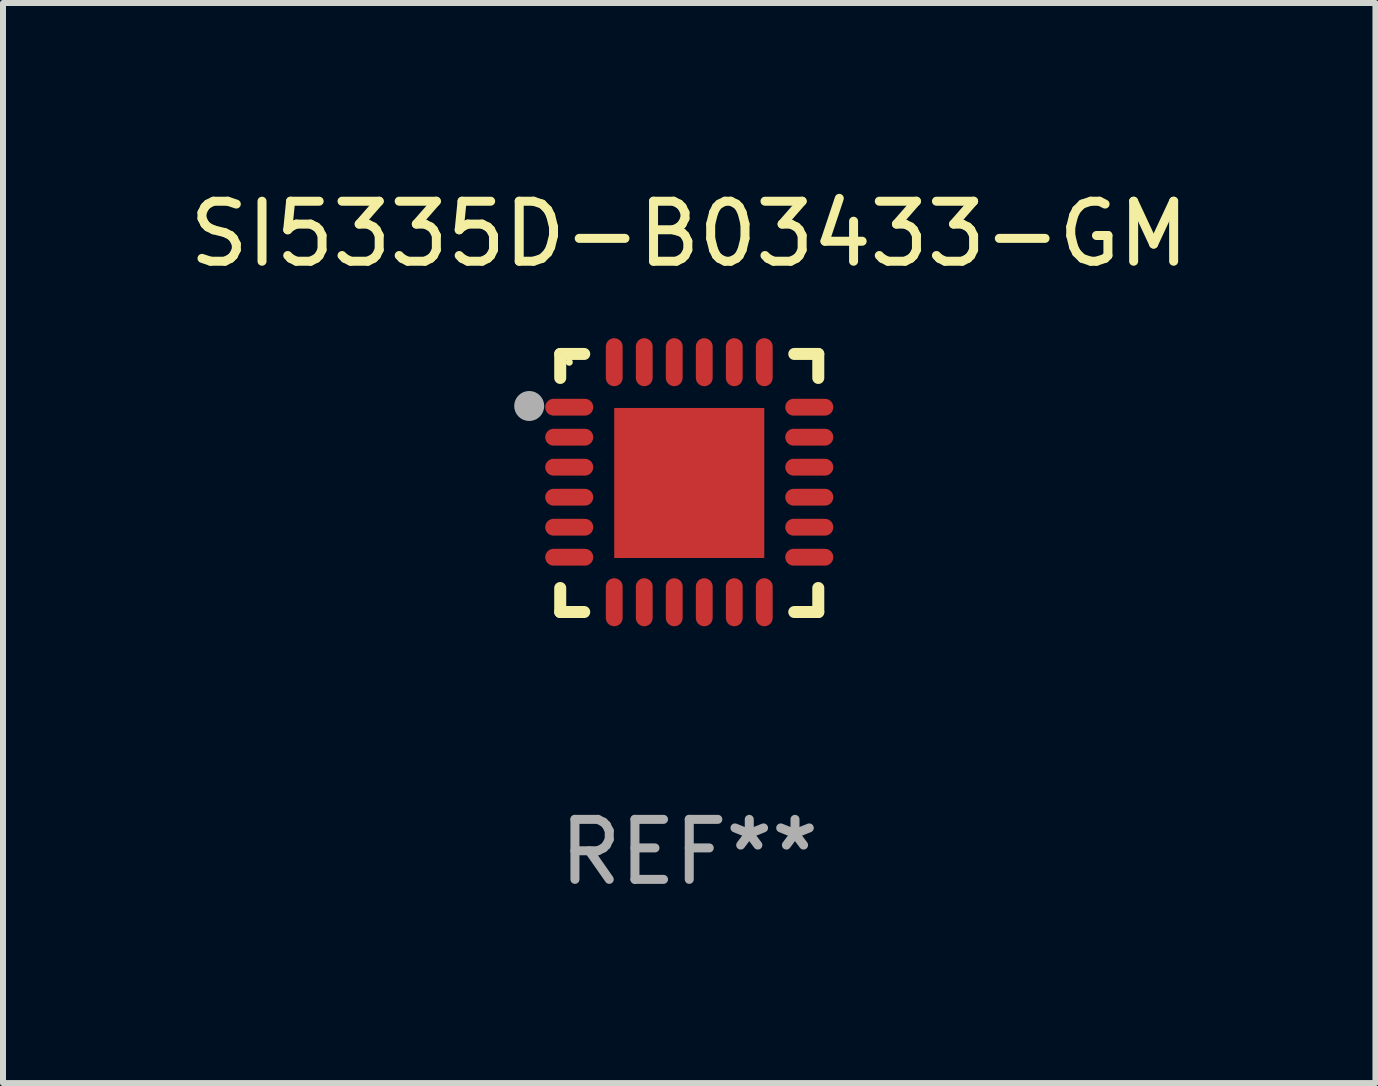
<source format=kicad_pcb>
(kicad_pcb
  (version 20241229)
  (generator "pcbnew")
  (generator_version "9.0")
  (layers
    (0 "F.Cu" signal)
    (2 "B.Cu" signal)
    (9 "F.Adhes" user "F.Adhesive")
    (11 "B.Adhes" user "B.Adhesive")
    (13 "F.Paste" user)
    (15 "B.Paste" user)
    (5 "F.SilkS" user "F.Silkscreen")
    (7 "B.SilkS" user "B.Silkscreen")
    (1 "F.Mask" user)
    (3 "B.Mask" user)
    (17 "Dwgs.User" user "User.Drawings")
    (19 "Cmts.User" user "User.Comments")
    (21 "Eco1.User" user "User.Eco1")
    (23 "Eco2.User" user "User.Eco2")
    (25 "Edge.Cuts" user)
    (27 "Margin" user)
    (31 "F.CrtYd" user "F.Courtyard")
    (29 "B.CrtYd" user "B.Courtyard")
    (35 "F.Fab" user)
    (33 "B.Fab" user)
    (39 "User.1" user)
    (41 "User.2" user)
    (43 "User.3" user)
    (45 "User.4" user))
  (footprint "SI5335D-B03433-GM"
    (layer "F.Cu")
    (at 8.435 4.998)
    (property "Reference" "SI5335D-B03433-GM" (at 0 -4.15 0) (layer "F.SilkS") (effects (font (size 1 1) (thickness 0.15))))
    (attr through_hole)
    (fp_line (start -2.15 -2.15) (end -1.75 -2.15) (stroke (width 0.2) (type solid)) (layer "F.SilkS"))
    (fp_line (start -2.15 -1.75) (end -2.15 -2.15) (stroke (width 0.2) (type solid)) (layer "F.SilkS"))
    (fp_line (start -2.15 2.15) (end -2.15 1.75) (stroke (width 0.2) (type solid)) (layer "F.SilkS"))
    (fp_line (start -1.75 2.15) (end -2.15 2.15) (stroke (width 0.2) (type solid)) (layer "F.SilkS"))
    (fp_line (start 1.75 -2.15) (end 2.15 -2.15) (stroke (width 0.2) (type solid)) (layer "F.SilkS"))
    (fp_line (start 1.75 2.15) (end 2.15 2.15) (stroke (width 0.2) (type solid)) (layer "F.SilkS"))
    (fp_line (start 2.15 -2.15) (end 2.15 -1.75) (stroke (width 0.2) (type solid)) (layer "F.SilkS"))
    (fp_line (start 2.15 2.15) (end 2.15 1.75) (stroke (width 0.2) (type solid)) (layer "F.SilkS"))
    (fp_circle (center -2 -2.013) (end -1.97 -2.013) (stroke (width 0.06) (type solid)) (fill no) (layer "F.SilkS"))
    (fp_circle (center -2.667 -1.283) (end -2.542 -1.283) (stroke (width 0.25) (type solid)) (fill no) (layer "F.Fab"))
    (fp_text user "REF**" (at 0 6.15 0) (layer "F.Fab") (effects (font (size 1 1) (thickness 0.15))))
    (pad "1" smd oval (at -2 -1.263) (size 0.8 0.28) (layers "F.Cu" "F.Mask" "F.Paste"))
    (pad "2" smd oval (at -2 -0.763) (size 0.8 0.28) (layers "F.Cu" "F.Mask" "F.Paste"))
    (pad "3" smd oval (at -2 -0.263) (size 0.8 0.28) (layers "F.Cu" "F.Mask" "F.Paste"))
    (pad "4" smd oval (at -2 0.237) (size 0.8 0.28) (layers "F.Cu" "F.Mask" "F.Paste"))
    (pad "5" smd oval (at -2 0.737) (size 0.8 0.28) (layers "F.Cu" "F.Mask" "F.Paste"))
    (pad "6" smd oval (at -2 1.237) (size 0.8 0.28) (layers "F.Cu" "F.Mask" "F.Paste"))
    (pad "7" smd oval (at -1.25 1.987) (size 0.28 0.8) (layers "F.Cu" "F.Mask" "F.Paste"))
    (pad "8" smd oval (at -0.75 1.987) (size 0.28 0.8) (layers "F.Cu" "F.Mask" "F.Paste"))
    (pad "9" smd oval (at -0.25 1.987) (size 0.28 0.8) (layers "F.Cu" "F.Mask" "F.Paste"))
    (pad "10" smd oval (at 0.25 1.987) (size 0.28 0.8) (layers "F.Cu" "F.Mask" "F.Paste"))
    (pad "11" smd oval (at 0.75 1.987) (size 0.28 0.8) (layers "F.Cu" "F.Mask" "F.Paste"))
    (pad "12" smd oval (at 1.25 1.987) (size 0.28 0.8) (layers "F.Cu" "F.Mask" "F.Paste"))
    (pad "13" smd oval (at 2 1.237) (size 0.8 0.28) (layers "F.Cu" "F.Mask" "F.Paste"))
    (pad "14" smd oval (at 2 0.737) (size 0.8 0.28) (layers "F.Cu" "F.Mask" "F.Paste"))
    (pad "15" smd oval (at 2 0.237) (size 0.8 0.28) (layers "F.Cu" "F.Mask" "F.Paste"))
    (pad "16" smd oval (at 2 -0.263) (size 0.8 0.28) (layers "F.Cu" "F.Mask" "F.Paste"))
    (pad "17" smd oval (at 2 -0.763) (size 0.8 0.28) (layers "F.Cu" "F.Mask" "F.Paste"))
    (pad "18" smd oval (at 2 -1.263) (size 0.8 0.28) (layers "F.Cu" "F.Mask" "F.Paste"))
    (pad "19" smd oval (at 1.25 -2.013) (size 0.28 0.8) (layers "F.Cu" "F.Mask" "F.Paste"))
    (pad "20" smd oval (at 0.75 -2.013) (size 0.28 0.8) (layers "F.Cu" "F.Mask" "F.Paste"))
    (pad "21" smd oval (at 0.25 -2.013) (size 0.28 0.8) (layers "F.Cu" "F.Mask" "F.Paste"))
    (pad "22" smd oval (at -0.25 -2.013) (size 0.28 0.8) (layers "F.Cu" "F.Mask" "F.Paste"))
    (pad "23" smd oval (at -0.75 -2.013) (size 0.28 0.8) (layers "F.Cu" "F.Mask" "F.Paste"))
    (pad "24" smd oval (at -1.25 -2.013) (size 0.28 0.8) (layers "F.Cu" "F.Mask" "F.Paste"))
    (pad "25" smd rect (at -0.000127 -0.00014) (size 2.5 2.5) (layers "F.Cu" "F.Mask" "F.Paste")))
  (gr_rect
    (start -3 -3)
    (end 19.869 14.997)
    (stroke (width 0.1) (type default))
    (fill no)
    (layer "Edge.Cuts")))
</source>
